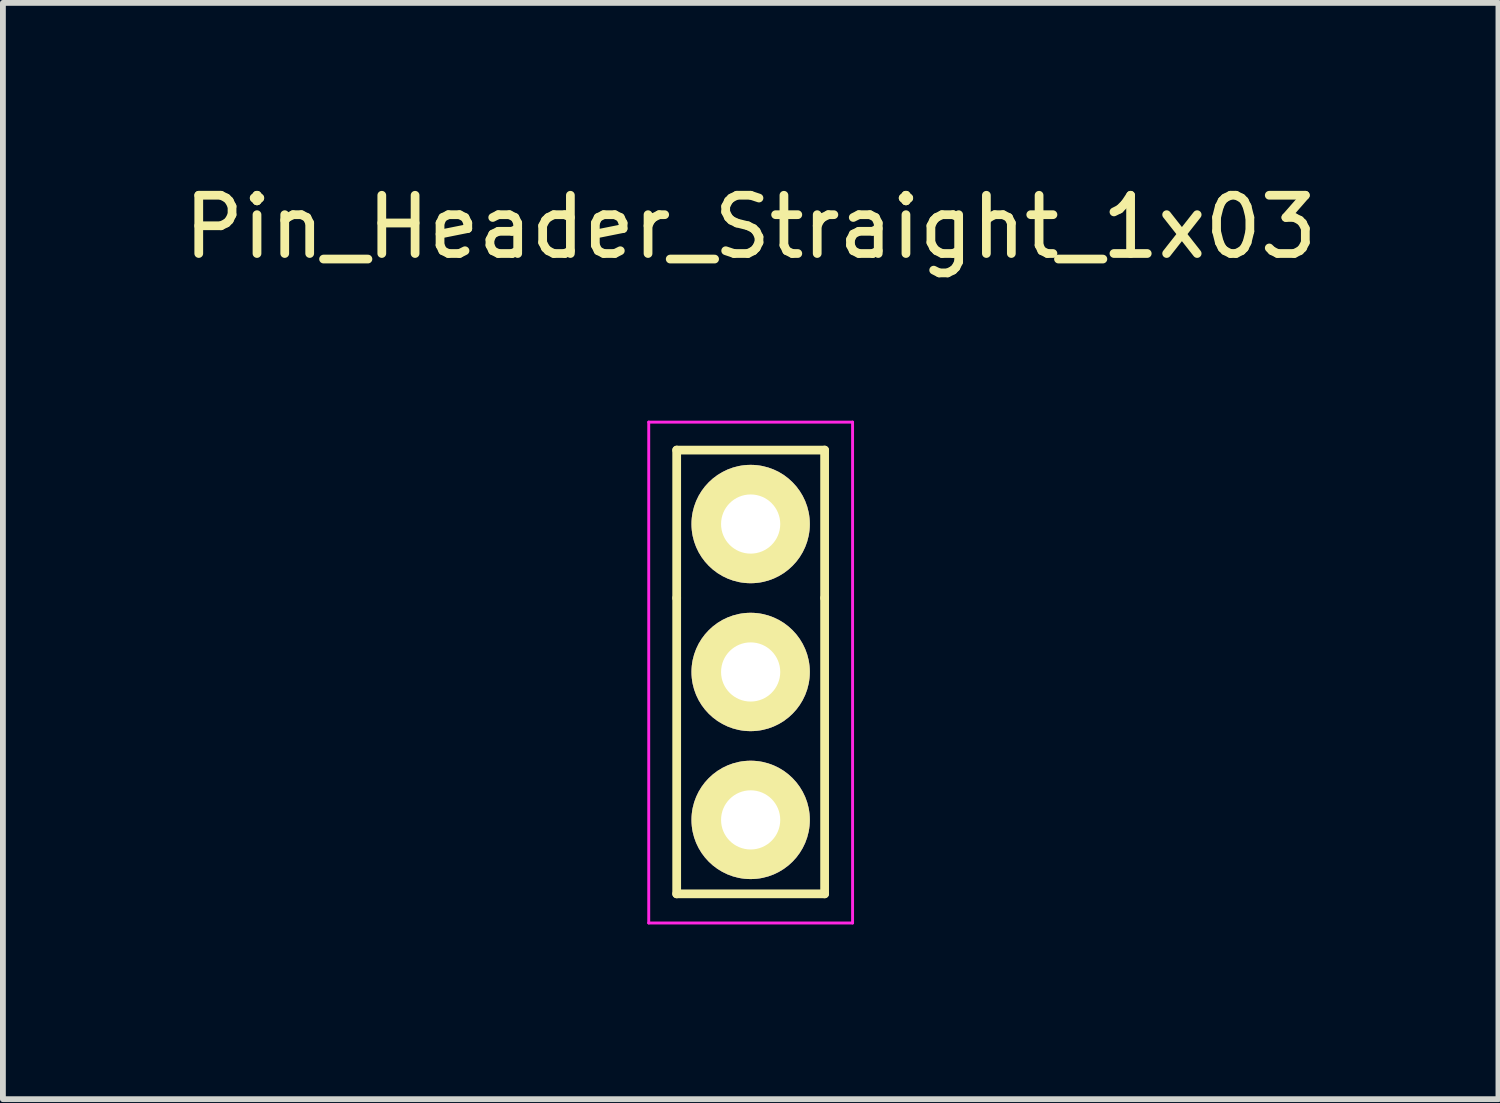
<source format=kicad_pcb>
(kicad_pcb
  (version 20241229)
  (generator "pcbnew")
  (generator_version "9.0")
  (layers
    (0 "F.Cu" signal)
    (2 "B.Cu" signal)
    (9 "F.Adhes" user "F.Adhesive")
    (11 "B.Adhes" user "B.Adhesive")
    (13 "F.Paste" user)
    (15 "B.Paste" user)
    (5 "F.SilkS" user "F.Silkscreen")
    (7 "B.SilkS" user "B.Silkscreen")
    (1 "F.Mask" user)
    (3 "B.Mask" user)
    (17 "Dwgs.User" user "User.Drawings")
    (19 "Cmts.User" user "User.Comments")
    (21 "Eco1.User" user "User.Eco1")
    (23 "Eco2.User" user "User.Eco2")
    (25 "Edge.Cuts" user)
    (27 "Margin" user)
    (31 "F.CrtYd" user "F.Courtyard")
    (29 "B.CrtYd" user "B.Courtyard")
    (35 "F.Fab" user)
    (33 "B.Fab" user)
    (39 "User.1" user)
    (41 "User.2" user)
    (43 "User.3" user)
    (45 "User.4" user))
  (footprint "Pin_Header_Straight_1x03"
    (layer "F.Cu")
    (at 9.839 5.948)
    (property "Reference" "Pin_Header_Straight_1x03" (at 0 -5.1 0) (layer "F.SilkS") (effects (font (size 1 1) (thickness 0.15))))
    (attr through_hole)
    (fp_line (start -1.27 -1.27) (end 1.27 -1.27) (stroke (width 0.15) (type solid)) (layer "F.SilkS"))
    (fp_line (start -1.27 1.27) (end -1.27 -1.27) (stroke (width 0.15) (type solid)) (layer "F.SilkS"))
    (fp_line (start -1.27 1.27) (end -1.27 6.35) (stroke (width 0.15) (type solid)) (layer "F.SilkS"))
    (fp_line (start -1.27 6.35) (end 1.27 6.35) (stroke (width 0.15) (type solid)) (layer "F.SilkS"))
    (fp_line (start 1.27 -1.27) (end 1.27 1.27) (stroke (width 0.15) (type solid)) (layer "F.SilkS"))
    (fp_line (start 1.27 6.35) (end 1.27 1.27) (stroke (width 0.15) (type solid)) (layer "F.SilkS"))
    (fp_line (start -1.75 -1.75) (end -1.75 6.85) (stroke (width 0.05) (type solid)) (layer "F.CrtYd"))
    (fp_line (start -1.75 -1.75) (end 1.75 -1.75) (stroke (width 0.05) (type solid)) (layer "F.CrtYd"))
    (fp_line (start -1.75 6.85) (end 1.75 6.85) (stroke (width 0.05) (type solid)) (layer "F.CrtYd"))
    (fp_line (start 1.75 -1.75) (end 1.75 6.85) (stroke (width 0.05) (type solid)) (layer "F.CrtYd"))
    (pad "1" thru_hole circle (at 0 0) (size 2.032 2.032) (drill 1.016) (layers "*.Cu" "*.Mask" "F.SilkS"))
    (pad "2" thru_hole circle (at 0 2.54) (size 2.032 2.032) (drill 1.016) (layers "*.Cu" "*.Mask" "F.SilkS"))
    (pad "3" thru_hole circle (at 0 5.08) (size 2.032 2.032) (drill 1.016) (layers "*.Cu" "*.Mask" "F.SilkS")))
  (gr_rect
    (start -3 -3)
    (end 22.679 15.823)
    (stroke (width 0.1) (type default))
    (fill no)
    (layer "Edge.Cuts")))
</source>
